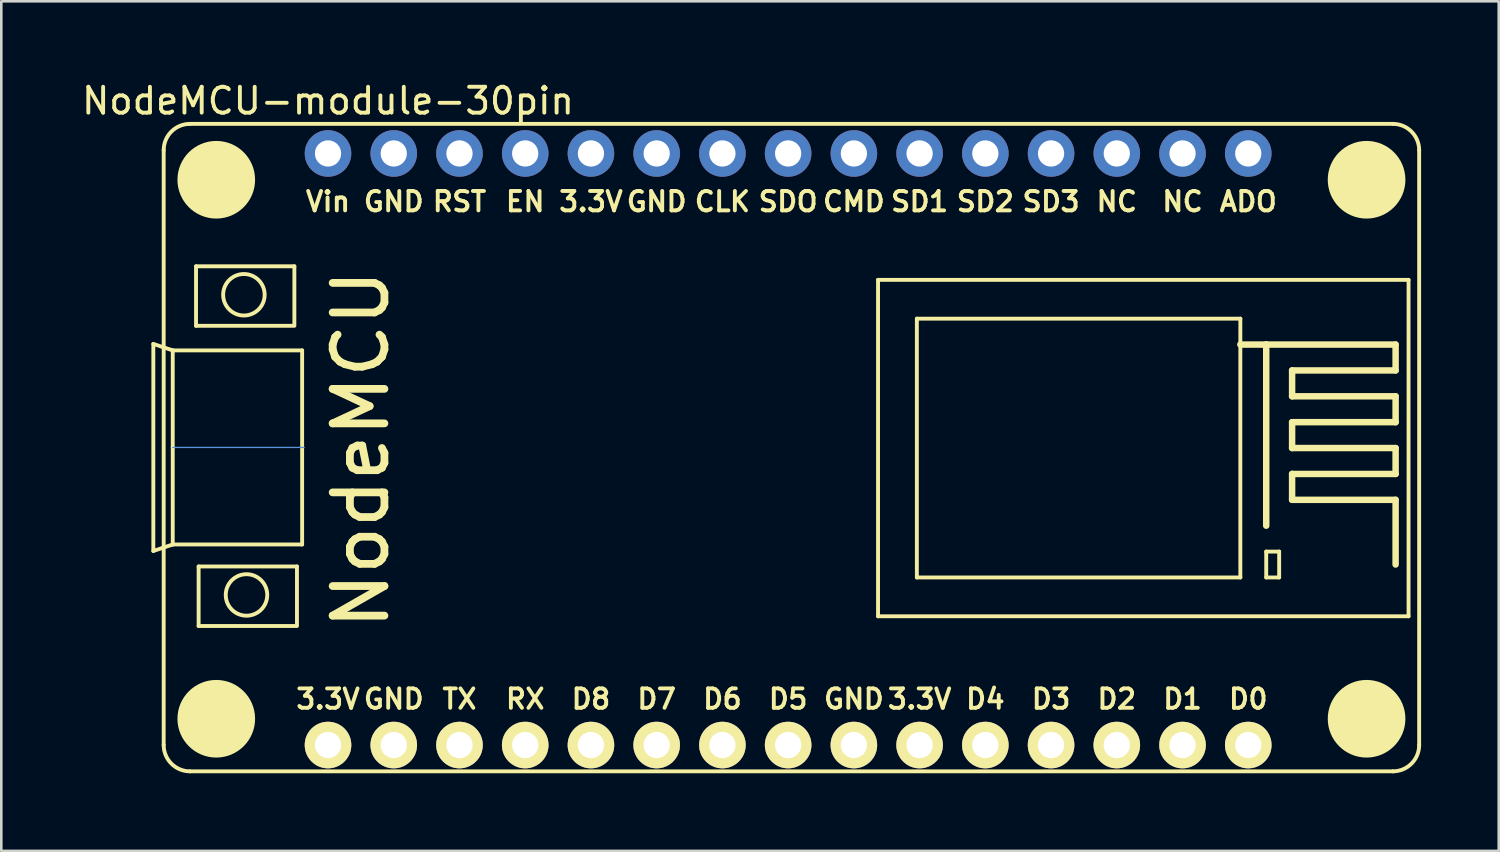
<source format=kicad_pcb>
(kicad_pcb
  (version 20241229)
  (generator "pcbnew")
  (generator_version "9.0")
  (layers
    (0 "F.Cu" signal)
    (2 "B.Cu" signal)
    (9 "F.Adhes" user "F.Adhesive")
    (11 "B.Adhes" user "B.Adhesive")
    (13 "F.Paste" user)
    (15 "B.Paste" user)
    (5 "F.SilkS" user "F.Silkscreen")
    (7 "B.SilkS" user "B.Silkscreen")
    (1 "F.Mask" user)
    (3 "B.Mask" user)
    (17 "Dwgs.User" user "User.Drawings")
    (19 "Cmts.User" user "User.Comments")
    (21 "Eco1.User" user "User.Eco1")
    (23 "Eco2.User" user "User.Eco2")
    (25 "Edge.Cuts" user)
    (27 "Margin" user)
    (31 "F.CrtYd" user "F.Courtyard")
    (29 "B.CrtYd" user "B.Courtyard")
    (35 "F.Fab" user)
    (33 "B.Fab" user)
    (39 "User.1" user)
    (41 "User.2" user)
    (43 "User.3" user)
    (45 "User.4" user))
  (footprint "NodeMCU-module-30pin"
    (layer "F.Cu")
    (at 9.625 25.74)
    (property "Reference" "NodeMCU-module-30pin" (at 0 -24.892 0) (layer "F.SilkS") (effects (font (size 1 1) (thickness 0.15))))
    (attr through_hole)
    (fp_line (start -6.75 -15.5) (end -6.75 -7.5) (stroke (width 0.15) (type solid)) (layer "F.SilkS"))
    (fp_line (start -6.75 -7.5) (end -6 -7.75) (stroke (width 0.15) (type solid)) (layer "F.SilkS"))
    (fp_line (start -6.35 0) (end -6.35 -22.987) (stroke (width 0.15) (type solid)) (layer "F.SilkS"))
    (fp_line (start -6 -15.25) (end -6.75 -15.5) (stroke (width 0.15) (type solid)) (layer "F.SilkS"))
    (fp_line (start -6 -15.25) (end -1 -15.25) (stroke (width 0.15) (type solid)) (layer "F.SilkS"))
    (fp_line (start -6 -11.5) (end -6 -15.25) (stroke (width 0.15) (type solid)) (layer "F.SilkS"))
    (fp_line (start -6 -7.75) (end -6 -11.5) (stroke (width 0.15) (type solid)) (layer "F.SilkS"))
    (fp_line (start -5.334 -24.003) (end 41.148 -24.003) (stroke (width 0.15) (type solid)) (layer "F.SilkS"))
    (fp_line (start -5.1 -18.5) (end -5.1 -16.2) (stroke (width 0.15) (type solid)) (layer "F.SilkS"))
    (fp_line (start -5.1 -16.2) (end -1.3 -16.2) (stroke (width 0.15) (type solid)) (layer "F.SilkS"))
    (fp_line (start -5 -6.9) (end -5 -4.6) (stroke (width 0.15) (type solid)) (layer "F.SilkS"))
    (fp_line (start -5 -4.6) (end -1.2 -4.6) (stroke (width 0.15) (type solid)) (layer "F.SilkS"))
    (fp_line (start -1.3 -18.5) (end -5.1 -18.5) (stroke (width 0.15) (type solid)) (layer "F.SilkS"))
    (fp_line (start -1.3 -16.25) (end -1.3 -18.5) (stroke (width 0.15) (type solid)) (layer "F.SilkS"))
    (fp_line (start -1.2 -6.9) (end -5 -6.9) (stroke (width 0.15) (type solid)) (layer "F.SilkS"))
    (fp_line (start -1.2 -4.65) (end -1.2 -6.9) (stroke (width 0.15) (type solid)) (layer "F.SilkS"))
    (fp_line (start -1 -15.25) (end -1 -7.75) (stroke (width 0.15) (type solid)) (layer "F.SilkS"))
    (fp_line (start -1 -7.75) (end -6 -7.75) (stroke (width 0.15) (type solid)) (layer "F.SilkS"))
    (fp_line (start 21.254 -17.976) (end 21.254 -4.976) (stroke (width 0.15) (type solid)) (layer "F.SilkS"))
    (fp_line (start 21.254 -4.976) (end 41.754 -4.976) (stroke (width 0.15) (type solid)) (layer "F.SilkS"))
    (fp_line (start 22.754 -16.476) (end 22.754 -6.476) (stroke (width 0.15) (type solid)) (layer "F.SilkS"))
    (fp_line (start 22.754 -6.476) (end 35.254 -6.476) (stroke (width 0.15) (type solid)) (layer "F.SilkS"))
    (fp_line (start 35.254 -16.476) (end 22.754 -16.476) (stroke (width 0.15) (type solid)) (layer "F.SilkS"))
    (fp_line (start 35.254 -15.476) (end 36.254 -15.476) (stroke (width 0.25) (type solid)) (layer "F.SilkS"))
    (fp_line (start 35.254 -6.476) (end 35.254 -16.476) (stroke (width 0.15) (type solid)) (layer "F.SilkS"))
    (fp_line (start 36.254 -15.476) (end 36.254 -8.476) (stroke (width 0.25) (type solid)) (layer "F.SilkS"))
    (fp_line (start 36.254 -15.476) (end 41.254 -15.476) (stroke (width 0.25) (type solid)) (layer "F.SilkS"))
    (fp_line (start 36.254 -7.476) (end 36.254 -6.476) (stroke (width 0.15) (type solid)) (layer "F.SilkS"))
    (fp_line (start 36.254 -6.476) (end 36.754 -6.476) (stroke (width 0.15) (type solid)) (layer "F.SilkS"))
    (fp_line (start 36.754 -7.476) (end 36.254 -7.476) (stroke (width 0.15) (type solid)) (layer "F.SilkS"))
    (fp_line (start 36.754 -6.476) (end 36.754 -7.476) (stroke (width 0.15) (type solid)) (layer "F.SilkS"))
    (fp_line (start 37.254 -14.476) (end 37.254 -13.476) (stroke (width 0.25) (type solid)) (layer "F.SilkS"))
    (fp_line (start 37.254 -13.476) (end 41.254 -13.476) (stroke (width 0.25) (type solid)) (layer "F.SilkS"))
    (fp_line (start 37.254 -12.476) (end 37.254 -11.476) (stroke (width 0.25) (type solid)) (layer "F.SilkS"))
    (fp_line (start 37.254 -11.476) (end 41.254 -11.476) (stroke (width 0.25) (type solid)) (layer "F.SilkS"))
    (fp_line (start 37.254 -10.476) (end 37.254 -9.476) (stroke (width 0.25) (type solid)) (layer "F.SilkS"))
    (fp_line (start 37.254 -9.476) (end 41.254 -9.476) (stroke (width 0.25) (type solid)) (layer "F.SilkS"))
    (fp_line (start 41.148 1.016) (end -5.334 1.016) (stroke (width 0.15) (type solid)) (layer "F.SilkS"))
    (fp_line (start 41.254 -15.476) (end 41.254 -14.476) (stroke (width 0.25) (type solid)) (layer "F.SilkS"))
    (fp_line (start 41.254 -14.476) (end 37.254 -14.476) (stroke (width 0.25) (type solid)) (layer "F.SilkS"))
    (fp_line (start 41.254 -13.476) (end 41.254 -12.476) (stroke (width 0.25) (type solid)) (layer "F.SilkS"))
    (fp_line (start 41.254 -12.476) (end 37.254 -12.476) (stroke (width 0.25) (type solid)) (layer "F.SilkS"))
    (fp_line (start 41.254 -11.476) (end 41.254 -10.476) (stroke (width 0.25) (type solid)) (layer "F.SilkS"))
    (fp_line (start 41.254 -10.476) (end 37.254 -10.476) (stroke (width 0.25) (type solid)) (layer "F.SilkS"))
    (fp_line (start 41.254 -9.476) (end 41.254 -6.976) (stroke (width 0.25) (type solid)) (layer "F.SilkS"))
    (fp_line (start 41.754 -17.976) (end 21.254 -17.976) (stroke (width 0.15) (type solid)) (layer "F.SilkS"))
    (fp_line (start 41.754 -17.976) (end 41.754 -4.976) (stroke (width 0.15) (type solid)) (layer "F.SilkS"))
    (fp_line (start 42.164 -22.987) (end 42.164 0) (stroke (width 0.15) (type solid)) (layer "F.SilkS"))
    (fp_arc (start -6.35 -22.987) (mid -6.05242 -23.70542) (end -5.334 -24.003) (stroke (width 0.15) (type solid)) (layer "F.SilkS"))
    (fp_arc (start -5.334 1.016) (mid -6.05242 0.71842) (end -6.35 0) (stroke (width 0.15) (type solid)) (layer "F.SilkS"))
    (fp_arc (start 41.148 -24.003) (mid 41.86642 -23.70542) (end 42.164 -22.987) (stroke (width 0.15) (type solid)) (layer "F.SilkS"))
    (fp_arc (start 42.164 0) (mid 41.86642 0.71842) (end 41.148 1.016) (stroke (width 0.15) (type solid)) (layer "F.SilkS"))
    (fp_circle (center -3.25 -17.4) (end -2.45 -17.35) (stroke (width 0.15) (type solid)) (fill no) (layer "F.SilkS"))
    (fp_circle (center -3.15 -5.8) (end -2.35 -5.75) (stroke (width 0.15) (type solid)) (fill no) (layer "F.SilkS"))
    (fp_line (start -6 -11.5) (end -0.92 -11.5) (stroke (width 0.05) (type solid)) (layer "Cmts.User"))
    (fp_text user "Vin" (at 0 -21 0) (layer "F.SilkS") (effects (font (size 0.75 0.75) (thickness 0.15))))
    (fp_text user "NC" (at 33.02 -21 0) (layer "F.SilkS") (effects (font (size 0.75 0.75) (thickness 0.15))))
    (fp_text user "3.3V" (at 22.86 -1.778 0) (layer "F.SilkS") (effects (font (size 0.75 0.75) (thickness 0.15))))
    (fp_text user "ADO" (at 35.56 -21 0) (layer "F.SilkS") (effects (font (size 0.75 0.75) (thickness 0.15))))
    (fp_text user "EN" (at 7.62 -21 0) (layer "F.SilkS") (effects (font (size 0.75 0.75) (thickness 0.15))))
    (fp_text user "CLK" (at 15.24 -21 0) (layer "F.SilkS") (effects (font (size 0.75 0.75) (thickness 0.15))))
    (fp_text user "RX" (at 7.62 -1.778 0) (layer "F.SilkS") (effects (font (size 0.75 0.75) (thickness 0.15))))
    (fp_text user "SD3" (at 27.94 -21 0) (layer "F.SilkS") (effects (font (size 0.75 0.75) (thickness 0.15))))
    (fp_text user "GND" (at 12.7 -21 0) (layer "F.SilkS") (effects (font (size 0.75 0.75) (thickness 0.15))))
    (fp_text user "RST" (at 5.08 -21 0) (layer "F.SilkS") (effects (font (size 0.75 0.75) (thickness 0.15))))
    (fp_text user "GND" (at 2.54 -21 0) (layer "F.SilkS") (effects (font (size 0.75 0.75) (thickness 0.15))))
    (fp_text user "D7" (at 12.7 -1.778 0) (layer "F.SilkS") (effects (font (size 0.75 0.75) (thickness 0.15))))
    (fp_text user "TX" (at 5.08 -1.778 0) (layer "F.SilkS") (effects (font (size 0.75 0.75) (thickness 0.15))))
    (fp_text user "D3" (at 27.94 -1.778 0) (layer "F.SilkS") (effects (font (size 0.75 0.75) (thickness 0.15))))
    (fp_text user "GND" (at 20.32 -1.778 0) (layer "F.SilkS") (effects (font (size 0.75 0.75) (thickness 0.15))))
    (fp_text user "SD1" (at 22.86 -21 0) (layer "F.SilkS") (effects (font (size 0.75 0.75) (thickness 0.15))))
    (fp_text user "D6" (at 15.24 -1.778 0) (layer "F.SilkS") (effects (font (size 0.75 0.75) (thickness 0.15))))
    (fp_text user "3.3V" (at 0 -1.778 0) (layer "F.SilkS") (effects (font (size 0.75 0.75) (thickness 0.15))))
    (fp_text user "3.3V" (at 10.16 -21 0) (layer "F.SilkS") (effects (font (size 0.75 0.75) (thickness 0.15))))
    (fp_text user "SD2" (at 25.4 -21 0) (layer "F.SilkS") (effects (font (size 0.75 0.75) (thickness 0.15))))
    (fp_text user "NC" (at 30.48 -21 0) (layer "F.SilkS") (effects (font (size 0.75 0.75) (thickness 0.15))))
    (fp_text user "D4" (at 25.4 -1.778 0) (layer "F.SilkS") (effects (font (size 0.75 0.75) (thickness 0.15))))
    (fp_text user "CMD" (at 20.32 -21 0) (layer "F.SilkS") (effects (font (size 0.75 0.75) (thickness 0.15))))
    (fp_text user "NodeMCU" (at 1.27 -11.43 90) (layer "F.SilkS") (effects (font (size 2 2) (thickness 0.3))))
    (fp_text user "D8" (at 10.16 -1.778 0) (layer "F.SilkS") (effects (font (size 0.75 0.75) (thickness 0.15))))
    (fp_text user "SDO" (at 17.78 -21 0) (layer "F.SilkS") (effects (font (size 0.75 0.75) (thickness 0.15))))
    (fp_text user "D0" (at 35.56 -1.778 0) (layer "F.SilkS") (effects (font (size 0.75 0.75) (thickness 0.15))))
    (fp_text user "D5" (at 17.78 -1.778 0) (layer "F.SilkS") (effects (font (size 0.75 0.75) (thickness 0.15))))
    (fp_text user "GND" (at 2.54 -1.778 0) (layer "F.SilkS") (effects (font (size 0.75 0.75) (thickness 0.15))))
    (fp_text user "D1" (at 33.02 -1.778 0) (layer "F.SilkS") (effects (font (size 0.75 0.75) (thickness 0.15))))
    (fp_text user "D2" (at 30.48 -1.778 0) (layer "F.SilkS") (effects (font (size 0.75 0.75) (thickness 0.15))))
    (pad "" smd circle (at -4.318 -21.844) (size 3 3) (layers "F.SilkS"))
    (pad "" smd circle (at -4.318 -1.016) (size 3 3) (layers "F.SilkS"))
    (pad "" smd circle (at 40.132 -21.844) (size 3 3) (layers "F.SilkS"))
    (pad "" smd circle (at 40.132 -1.016) (size 3 3) (layers "F.SilkS"))
    (pad "1" thru_hole circle (at 0 0) (size 1.8 1.8) (drill 1.016) (layers "*.Cu" "*.Mask" "F.SilkS"))
    (pad "2" thru_hole circle (at 2.54 0) (size 1.8 1.8) (drill 1.016) (layers "*.Cu" "*.Mask" "F.SilkS"))
    (pad "3" thru_hole circle (at 5.08 0) (size 1.8 1.8) (drill 1.016) (layers "*.Cu" "*.Mask" "F.SilkS"))
    (pad "4" thru_hole circle (at 7.62 0) (size 1.8 1.8) (drill 1.016) (layers "*.Cu" "*.Mask" "F.SilkS"))
    (pad "5" thru_hole circle (at 10.16 0) (size 1.8 1.8) (drill 1.016) (layers "*.Cu" "*.Mask" "F.SilkS"))
    (pad "6" thru_hole circle (at 12.7 0) (size 1.8 1.8) (drill 1.016) (layers "*.Cu" "*.Mask" "F.SilkS"))
    (pad "7" thru_hole circle (at 15.24 0) (size 1.8 1.8) (drill 1.016) (layers "*.Cu" "*.Mask" "F.SilkS"))
    (pad "8" thru_hole circle (at 17.78 0) (size 1.8 1.8) (drill 1.016) (layers "*.Cu" "*.Mask" "F.SilkS"))
    (pad "9" thru_hole circle (at 20.32 0) (size 1.8 1.8) (drill 1.016) (layers "*.Cu" "*.Mask" "F.SilkS"))
    (pad "10" thru_hole circle (at 22.86 0) (size 1.8 1.8) (drill 1.016) (layers "*.Cu" "*.Mask" "F.SilkS"))
    (pad "11" thru_hole circle (at 25.4 0) (size 1.8 1.8) (drill 1.016) (layers "*.Cu" "*.Mask" "F.SilkS"))
    (pad "12" thru_hole circle (at 27.94 0) (size 1.8 1.8) (drill 1.016) (layers "*.Cu" "*.Mask" "F.SilkS"))
    (pad "13" thru_hole circle (at 30.48 0) (size 1.8 1.8) (drill 1.016) (layers "*.Cu" "*.Mask" "F.SilkS"))
    (pad "14" thru_hole circle (at 33.02 0) (size 1.8 1.8) (drill 1.016) (layers "*.Cu" "*.Mask" "F.SilkS"))
    (pad "15" thru_hole circle (at 35.56 0) (size 1.8 1.8) (drill 1.016) (layers "*.Cu" "*.Mask" "F.SilkS"))
    (pad "16" thru_hole circle (at 35.56 -22.86) (size 1.8 1.8) (drill 1.016) (layers "*.Cu" "*.Mask"))
    (pad "17" thru_hole circle (at 33.02 -22.86) (size 1.8 1.8) (drill 1.016) (layers "*.Cu" "*.Mask"))
    (pad "18" thru_hole circle (at 30.48 -22.86) (size 1.8 1.8) (drill 1.016) (layers "*.Cu" "*.Mask"))
    (pad "19" thru_hole circle (at 27.94 -22.86) (size 1.8 1.8) (drill 1.016) (layers "*.Cu" "*.Mask"))
    (pad "20" thru_hole circle (at 25.4 -22.86) (size 1.8 1.8) (drill 1.016) (layers "*.Cu" "*.Mask"))
    (pad "21" thru_hole circle (at 22.86 -22.86) (size 1.8 1.8) (drill 1.016) (layers "*.Cu" "*.Mask"))
    (pad "22" thru_hole circle (at 20.32 -22.86) (size 1.8 1.8) (drill 1.016) (layers "*.Cu" "*.Mask"))
    (pad "23" thru_hole circle (at 17.78 -22.86) (size 1.8 1.8) (drill 1.016) (layers "*.Cu" "*.Mask"))
    (pad "24" thru_hole circle (at 15.24 -22.86) (size 1.8 1.8) (drill 1.016) (layers "*.Cu" "*.Mask"))
    (pad "25" thru_hole circle (at 12.7 -22.86) (size 1.8 1.8) (drill 1.016) (layers "*.Cu" "*.Mask"))
    (pad "26" thru_hole circle (at 10.16 -22.86) (size 1.8 1.8) (drill 1.016) (layers "*.Cu" "*.Mask"))
    (pad "27" thru_hole circle (at 7.62 -22.86) (size 1.8 1.8) (drill 1.016) (layers "*.Cu" "*.Mask"))
    (pad "28" thru_hole circle (at 5.08 -22.86) (size 1.8 1.8) (drill 1.016) (layers "*.Cu" "*.Mask"))
    (pad "29" thru_hole circle (at 2.54 -22.86) (size 1.8 1.8) (drill 1.016) (layers "*.Cu" "*.Mask"))
    (pad "30" thru_hole circle (at 0 -22.86) (size 1.8 1.8) (drill 1.016) (layers "*.Cu" "*.Mask")))
  (gr_rect
    (start -3 -3)
    (end 54.864 29.831)
    (stroke (width 0.1) (type default))
    (fill no)
    (layer "Edge.Cuts")))
</source>
